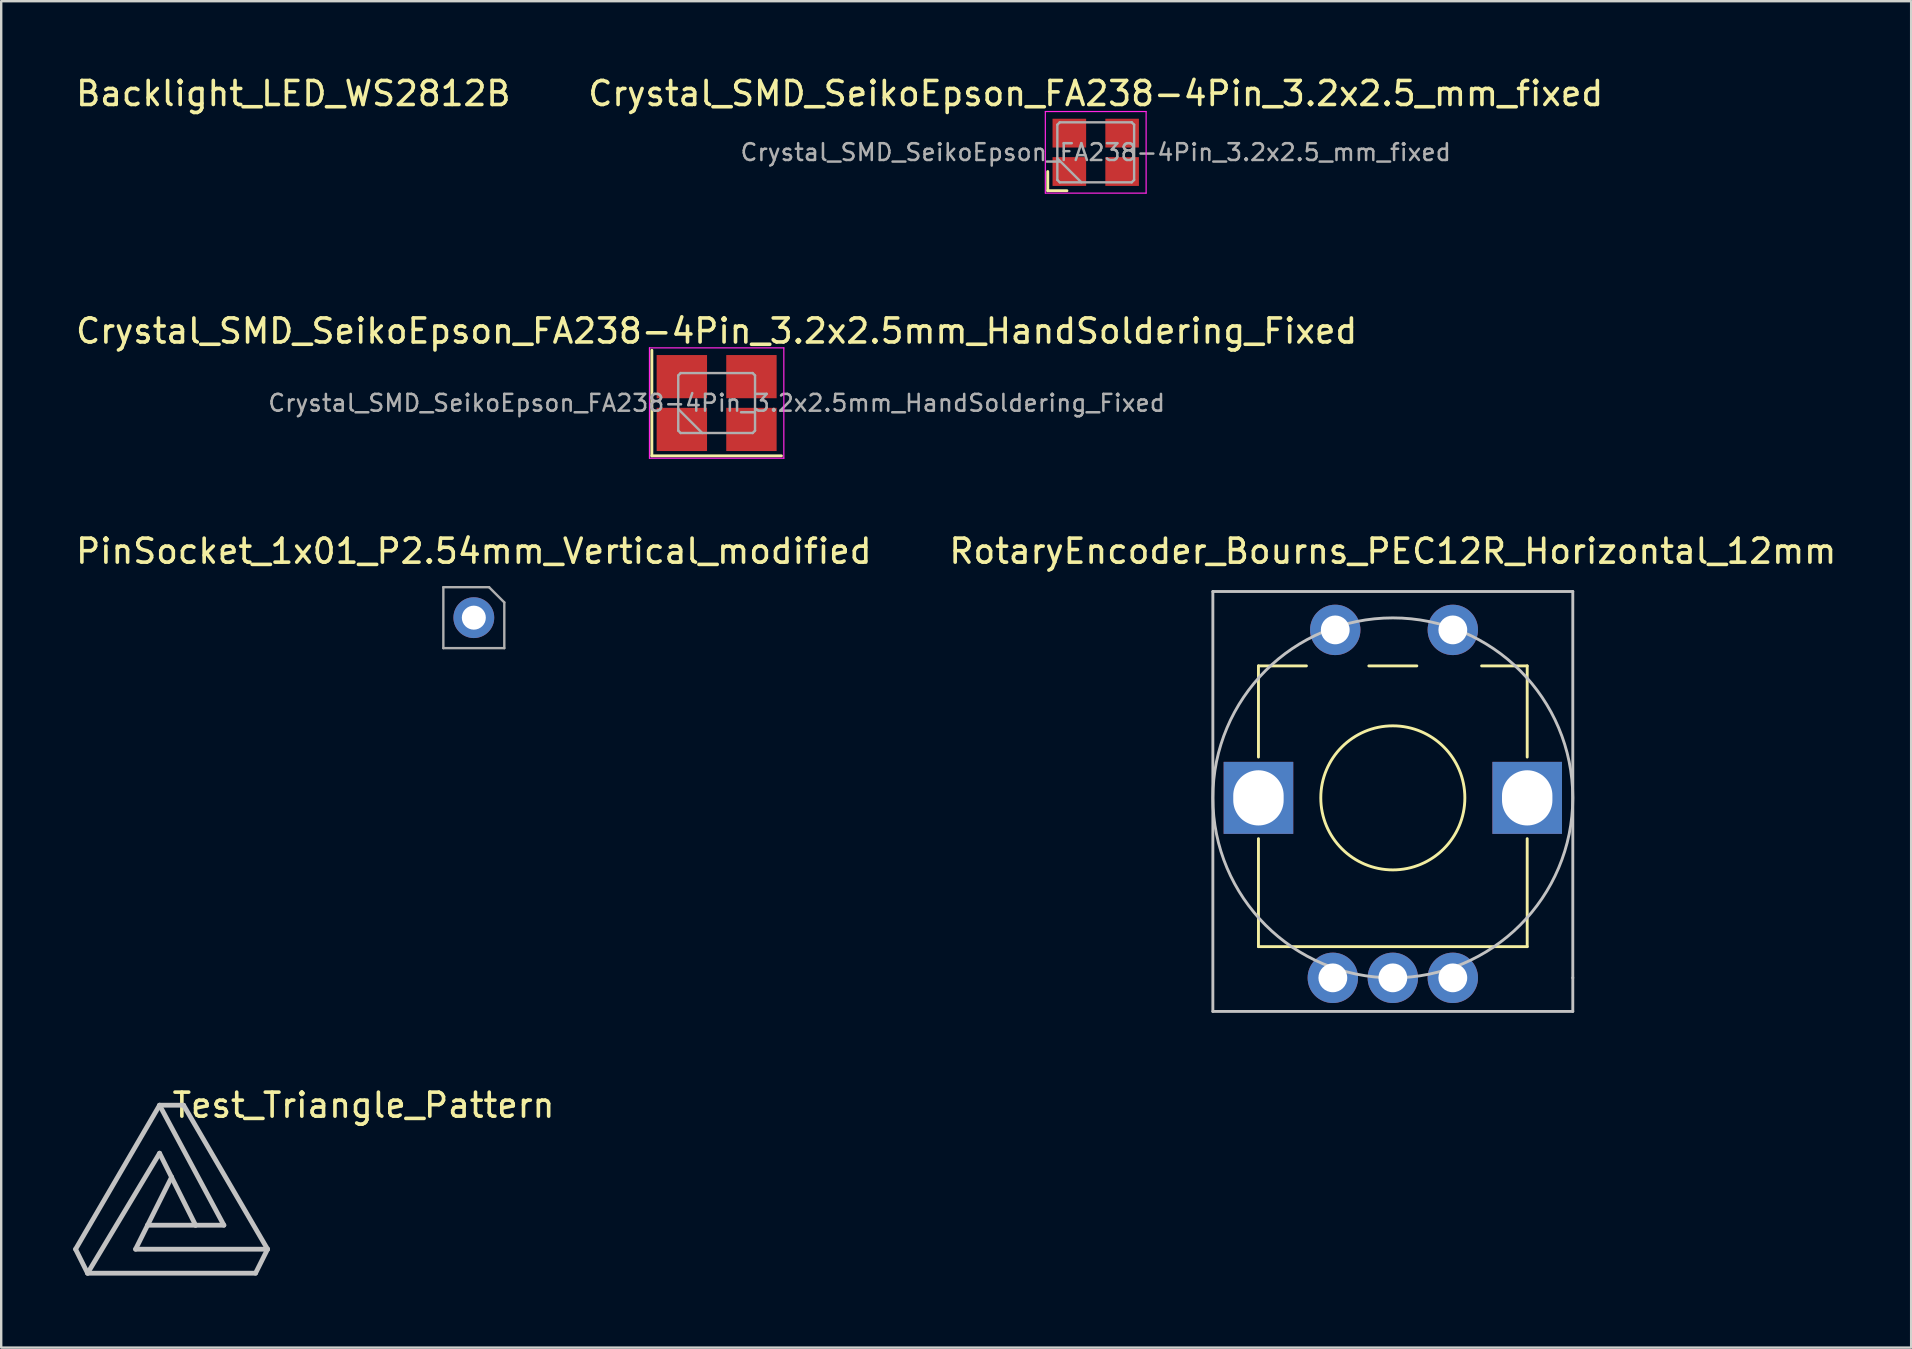
<source format=kicad_pcb>
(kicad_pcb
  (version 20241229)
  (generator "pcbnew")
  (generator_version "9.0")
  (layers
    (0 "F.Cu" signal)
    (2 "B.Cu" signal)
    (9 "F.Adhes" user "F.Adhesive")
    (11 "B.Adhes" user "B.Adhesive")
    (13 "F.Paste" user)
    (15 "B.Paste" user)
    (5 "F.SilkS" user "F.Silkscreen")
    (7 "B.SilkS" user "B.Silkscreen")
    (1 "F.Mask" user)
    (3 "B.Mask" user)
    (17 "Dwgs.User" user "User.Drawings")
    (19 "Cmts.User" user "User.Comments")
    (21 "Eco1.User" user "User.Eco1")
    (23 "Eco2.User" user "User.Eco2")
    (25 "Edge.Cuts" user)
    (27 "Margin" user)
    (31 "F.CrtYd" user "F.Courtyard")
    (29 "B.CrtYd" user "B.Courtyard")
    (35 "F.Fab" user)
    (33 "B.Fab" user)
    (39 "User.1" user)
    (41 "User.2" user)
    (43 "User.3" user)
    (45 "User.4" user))
  (footprint "RotaryEncoder_Bourns_PEC12R_Horizontal_12mm"
    (layer "F.Cu")
    (at 54.994 37.7)
    (property "Reference" "RotaryEncoder_Bourns_PEC12R_Horizontal_12mm" (at 0 -17.78 0) (layer "F.SilkS") (effects (font (size 1 1) (thickness 0.15))))
    (attr through_hole)
    (fp_line (start -5.6 -13) (end -5.6 -9.2) (stroke (width 0.12) (type solid)) (layer "F.SilkS"))
    (fp_line (start -5.6 -13) (end -3.6 -13) (stroke (width 0.12) (type solid)) (layer "F.SilkS"))
    (fp_line (start -5.6 -5.8) (end -5.6 -1.3) (stroke (width 0.12) (type solid)) (layer "F.SilkS"))
    (fp_line (start -5.6 -1.3) (end 5.6 -1.3) (stroke (width 0.12) (type solid)) (layer "F.SilkS"))
    (fp_line (start -1 -13) (end 1 -13) (stroke (width 0.12) (type solid)) (layer "F.SilkS"))
    (fp_line (start 3.7 -13) (end 5.6 -13) (stroke (width 0.12) (type solid)) (layer "F.SilkS"))
    (fp_line (start 5.6 -13) (end 5.6 -9.2) (stroke (width 0.12) (type solid)) (layer "F.SilkS"))
    (fp_line (start 5.6 -5.8) (end 5.6 -1.3) (stroke (width 0.12) (type solid)) (layer "F.SilkS"))
    (fp_circle (center 0 -7.5) (end 3 -7.4) (stroke (width 0.12) (type solid)) (fill no) (layer "F.SilkS"))
    (fp_line (start -7.5 -16.1) (end -7.5 1.4) (stroke (width 0.12) (type solid)) (layer "Dwgs.User"))
    (fp_line (start -7.5 1.4) (end 7.5 1.4) (stroke (width 0.12) (type solid)) (layer "Dwgs.User"))
    (fp_line (start 7.5 -16.1) (end -7.5 -16.1) (stroke (width 0.12) (type solid)) (layer "Dwgs.User"))
    (fp_line (start 7.5 0) (end 7.5 -16.1) (stroke (width 0.12) (type solid)) (layer "Dwgs.User"))
    (fp_line (start 7.5 0) (end 7.5 1.4) (stroke (width 0.12) (type solid)) (layer "Dwgs.User"))
    (fp_circle (center 0 -7.5) (end 7.5 -7.5) (stroke (width 0.12) (type solid)) (fill no) (layer "Dwgs.User"))
    (pad "A" thru_hole circle (at -2.5 0) (size 2.1 2.1) (drill 1.2) (layers "*.Cu" "*.Mask"))
    (pad "B" thru_hole circle (at 2.5 0) (size 2.1 2.1) (drill 1.2) (layers "*.Cu" "*.Mask"))
    (pad "C" thru_hole circle (at 0 0) (size 2.1 2.1) (drill 1.2) (layers "*.Cu" "*.Mask"))
    (pad "MP" thru_hole rect (at -5.6 -7.5) (size 2.9 3) (drill oval 2.1 2.3) (layers "*.Cu" "*.Mask"))
    (pad "MP" thru_hole rect (at 5.6 -7.5) (size 2.9 3) (drill oval 2.1 2.3) (layers "*.Cu" "*.Mask"))
    (pad "S1" thru_hole circle (at -2.4 -14.5) (size 2.1 2.1) (drill 1.2) (layers "*.Cu" "*.Mask"))
    (pad "S2" thru_hole circle (at 2.5 -14.5) (size 2.1 2.1) (drill 1.2) (layers "*.Cu" "*.Mask")))
  (footprint "Backlight_LED_WS2812B"
    (layer "F.Cu")
    (at 9.173 4.348)
    (property "Reference" "Backlight_LED_WS2812B" (at 0 -3.5 0) (layer "F.SilkS") (effects (font (size 1 1) (thickness 0.15))))
    (attr smd)
    (fp_poly (pts (xy -2.5 2.5) (xy -2.5 -2.5) (xy 2.5 -2.5) (xy 2.5 2.5)) (stroke (width 0.1) (type solid)) (fill yes) (layer "B.Mask")))
  (footprint "Crystal_SMD_SeikoEpson_FA238-4Pin_3.2x2.5mm_HandSoldering_Fixed"
    (layer "F.Cu")
    (at 26.815 13.746)
    (property "Reference" "Crystal_SMD_SeikoEpson_FA238-4Pin_3.2x2.5mm_HandSoldering_Fixed" (at 0 -3 0) (layer "F.SilkS") (effects (font (size 1 1) (thickness 0.15))))
    (attr smd)
    (fp_line (start -2.7 -2.2) (end -2.7 2.2) (stroke (width 0.12) (type solid)) (layer "F.SilkS"))
    (fp_line (start -2.7 2.2) (end 2.7 2.2) (stroke (width 0.12) (type solid)) (layer "F.SilkS"))
    (fp_line (start -2.8 -2.3) (end -2.8 2.3) (stroke (width 0.05) (type solid)) (layer "F.CrtYd"))
    (fp_line (start -2.8 2.3) (end 2.8 2.3) (stroke (width 0.05) (type solid)) (layer "F.CrtYd"))
    (fp_line (start 2.8 -2.3) (end -2.8 -2.3) (stroke (width 0.05) (type solid)) (layer "F.CrtYd"))
    (fp_line (start 2.8 2.3) (end 2.8 -2.3) (stroke (width 0.05) (type solid)) (layer "F.CrtYd"))
    (fp_line (start -1.6 -1.15) (end -1.5 -1.25) (stroke (width 0.1) (type solid)) (layer "F.Fab"))
    (fp_line (start -1.6 0.25) (end -0.6 1.25) (stroke (width 0.1) (type solid)) (layer "F.Fab"))
    (fp_line (start -1.6 1.15) (end -1.6 -1.15) (stroke (width 0.1) (type solid)) (layer "F.Fab"))
    (fp_line (start -1.5 -1.25) (end 1.5 -1.25) (stroke (width 0.1) (type solid)) (layer "F.Fab"))
    (fp_line (start -1.5 1.25) (end -1.6 1.15) (stroke (width 0.1) (type solid)) (layer "F.Fab"))
    (fp_line (start 1.5 -1.25) (end 1.6 -1.15) (stroke (width 0.1) (type solid)) (layer "F.Fab"))
    (fp_line (start 1.5 1.25) (end -1.5 1.25) (stroke (width 0.1) (type solid)) (layer "F.Fab"))
    (fp_line (start 1.6 -1.15) (end 1.6 1.15) (stroke (width 0.1) (type solid)) (layer "F.Fab"))
    (fp_line (start 1.6 1.15) (end 1.5 1.25) (stroke (width 0.1) (type solid)) (layer "F.Fab"))
    (fp_text user "${REFERENCE}" (at 0 0 0) (layer "F.Fab") (effects (font (size 0.7 0.7) (thickness 0.105))))
    (pad "1" smd rect (at -1.45 1.1) (size 2.1 1.8) (layers "F.Cu" "F.Mask" "F.Paste"))
    (pad "2" smd rect (at 1.45 -1.1) (size 2.1 1.8) (layers "F.Cu" "F.Mask" "F.Paste"))
    (pad "3" smd rect (at -1.45 -1.1) (size 2.1 1.8) (layers "F.Cu" "F.Mask" "F.Paste"))
    (pad "3" smd rect (at 1.45 1.1) (size 2.1 1.8) (layers "F.Cu" "F.Mask" "F.Paste")))
  (footprint "Crystal_SMD_SeikoEpson_FA238-4Pin_3.2x2.5_mm_fixed"
    (layer "F.Cu")
    (at 42.613 3.298)
    (property "Reference" "Crystal_SMD_SeikoEpson_FA238-4Pin_3.2x2.5_mm_fixed" (at 0 -2.45 0) (layer "F.SilkS") (effects (font (size 1 1) (thickness 0.15))))
    (attr smd)
    (fp_line (start -2 0.8) (end -2 1.6) (stroke (width 0.12) (type solid)) (layer "F.SilkS"))
    (fp_line (start -2 1.6) (end -1.2 1.6) (stroke (width 0.12) (type solid)) (layer "F.SilkS"))
    (fp_line (start -2.1 -1.7) (end -2.1 1.7) (stroke (width 0.05) (type solid)) (layer "F.CrtYd"))
    (fp_line (start -2.1 1.7) (end 2.1 1.7) (stroke (width 0.05) (type solid)) (layer "F.CrtYd"))
    (fp_line (start 2.1 -1.7) (end -2.1 -1.7) (stroke (width 0.05) (type solid)) (layer "F.CrtYd"))
    (fp_line (start 2.1 1.7) (end 2.1 -1.7) (stroke (width 0.05) (type solid)) (layer "F.CrtYd"))
    (fp_line (start -1.6 -1.15) (end -1.5 -1.25) (stroke (width 0.1) (type solid)) (layer "F.Fab"))
    (fp_line (start -1.6 0.25) (end -0.6 1.25) (stroke (width 0.1) (type solid)) (layer "F.Fab"))
    (fp_line (start -1.6 1.15) (end -1.6 -1.15) (stroke (width 0.1) (type solid)) (layer "F.Fab"))
    (fp_line (start -1.5 -1.25) (end 1.5 -1.25) (stroke (width 0.1) (type solid)) (layer "F.Fab"))
    (fp_line (start -1.5 1.25) (end -1.6 1.15) (stroke (width 0.1) (type solid)) (layer "F.Fab"))
    (fp_line (start 1.5 -1.25) (end 1.6 -1.15) (stroke (width 0.1) (type solid)) (layer "F.Fab"))
    (fp_line (start 1.5 1.25) (end -1.5 1.25) (stroke (width 0.1) (type solid)) (layer "F.Fab"))
    (fp_line (start 1.6 -1.15) (end 1.6 1.15) (stroke (width 0.1) (type solid)) (layer "F.Fab"))
    (fp_line (start 1.6 1.15) (end 1.5 1.25) (stroke (width 0.1) (type solid)) (layer "F.Fab"))
    (fp_text user "${REFERENCE}" (at 0 0 0) (layer "F.Fab") (effects (font (size 0.7 0.7) (thickness 0.105))))
    (pad "1" smd rect (at -1.1 0.8) (size 1.4 1.2) (layers "F.Cu" "F.Mask" "F.Paste"))
    (pad "2" smd rect (at 1.1 -0.8) (size 1.4 1.2) (layers "F.Cu" "F.Mask" "F.Paste"))
    (pad "3" smd rect (at -1.1 -0.8) (size 1.4 1.2) (layers "F.Cu" "F.Mask" "F.Paste"))
    (pad "3" smd rect (at 1.1 0.8) (size 1.4 1.2) (layers "F.Cu" "F.Mask" "F.Paste")))
  (footprint "PinSocket_1x01_P2.54mm_Vertical_modified"
    (layer "F.Cu")
    (at 16.696 22.69)
    (property "Reference" "PinSocket_1x01_P2.54mm_Vertical_modified" (at 0 -2.77 0) (layer "F.SilkS") (effects (font (size 1 1) (thickness 0.15))))
    (attr through_hole)
    (fp_line (start -1.27 -1.27) (end 0.635 -1.27) (stroke (width 0.1) (type solid)) (layer "F.Fab"))
    (fp_line (start -1.27 1.27) (end -1.27 -1.27) (stroke (width 0.1) (type solid)) (layer "F.Fab"))
    (fp_line (start 0.635 -1.27) (end 1.27 -0.635) (stroke (width 0.1) (type solid)) (layer "F.Fab"))
    (fp_line (start 1.27 -0.635) (end 1.27 1.27) (stroke (width 0.1) (type solid)) (layer "F.Fab"))
    (fp_line (start 1.27 1.27) (end -1.27 1.27) (stroke (width 0.1) (type solid)) (layer "F.Fab"))
    (pad "1" thru_hole circle (at 0 0) (size 1.7 1.7) (drill 1) (layers "*.Cu" "*.Mask")))
  (footprint "Test_Triangle_Pattern"
    (layer "F.Cu")
    (at 3.1 48.008)
    (property "Reference" "Test_Triangle_Pattern" (at 9 -5 0) (layer "F.SilkS") (effects (font (size 1 1) (thickness 0.15))))
    (attr through_hole)
    (fp_poly (pts (xy 1.803 -0.157) (xy 0.203 -0.157) (xy 0.987 -1.757)) (stroke (width 0.1) (type solid)) (fill yes) (layer "F.Mask"))
    (fp_line (start -3 1) (end -2.5 2) (stroke (width 0.2) (type solid)) (layer "Dwgs.User"))
    (fp_line (start -2.5 2) (end 4.5 2) (stroke (width 0.2) (type solid)) (layer "Dwgs.User"))
    (fp_line (start -0.5 1) (end 5 1) (stroke (width 0.2) (type solid)) (layer "Dwgs.User"))
    (fp_line (start 0 0) (end -0.5 1) (stroke (width 0.2) (type solid)) (layer "Dwgs.User"))
    (fp_line (start 0 0) (end 1 -2) (stroke (width 0.2) (type solid)) (layer "Dwgs.User"))
    (fp_line (start 0.5 -5) (end -3 1) (stroke (width 0.2) (type solid)) (layer "Dwgs.User"))
    (fp_line (start 0.5 -3) (end -2.5 2) (stroke (width 0.2) (type solid)) (layer "Dwgs.User"))
    (fp_line (start 1 -2) (end 0.5 -3) (stroke (width 0.2) (type solid)) (layer "Dwgs.User"))
    (fp_line (start 1 -2) (end 2 0) (stroke (width 0.2) (type solid)) (layer "Dwgs.User"))
    (fp_line (start 1.5 -5) (end 0.5 -5) (stroke (width 0.2) (type solid)) (layer "Dwgs.User"))
    (fp_line (start 2 0) (end 0 0) (stroke (width 0.2) (type solid)) (layer "Dwgs.User"))
    (fp_line (start 2 0) (end 3.18 0) (stroke (width 0.2) (type solid)) (layer "Dwgs.User"))
    (fp_line (start 3.18 0) (end 0.5 -5) (stroke (width 0.2) (type solid)) (layer "Dwgs.User"))
    (fp_line (start 4.5 2) (end 5 1) (stroke (width 0.2) (type solid)) (layer "Dwgs.User"))
    (fp_line (start 5 1) (end 1.5 -5) (stroke (width 0.2) (type solid)) (layer "Dwgs.User"))
    (fp_poly (pts (xy 0.491 -2.7) (xy -2.3 1.88) (xy 4.4 1.87) (xy 4.8 1.15) (xy -0.7 1.15) (xy 0.85 -2)) (stroke (width 0.1) (type solid)) (fill no) (layer "Eco1.User"))
    (fp_poly (pts (xy 2.95 -0.15) (xy 0.5 -4.75) (xy -2.85 1.003) (xy -2.492 1.75) (xy 0.5 -3.25) (xy 2.1 -0.15)) (stroke (width 0.1) (type solid)) (fill no) (layer "Eco1.User"))
    (fp_poly (pts (xy 4.8 0.89) (xy 1.4 -4.9) (xy 0.7 -4.9) (xy 3.4 0.1) (xy 0.1 0.1) (xy -0.3 0.89)) (stroke (width 0.1) (type solid)) (fill no) (layer "Eco1.User")))
  (gr_rect
    (start -3 -3)
    (end 76.595 53.108)
    (stroke (width 0.1) (type default))
    (fill no)
    (layer "Edge.Cuts")))
</source>
